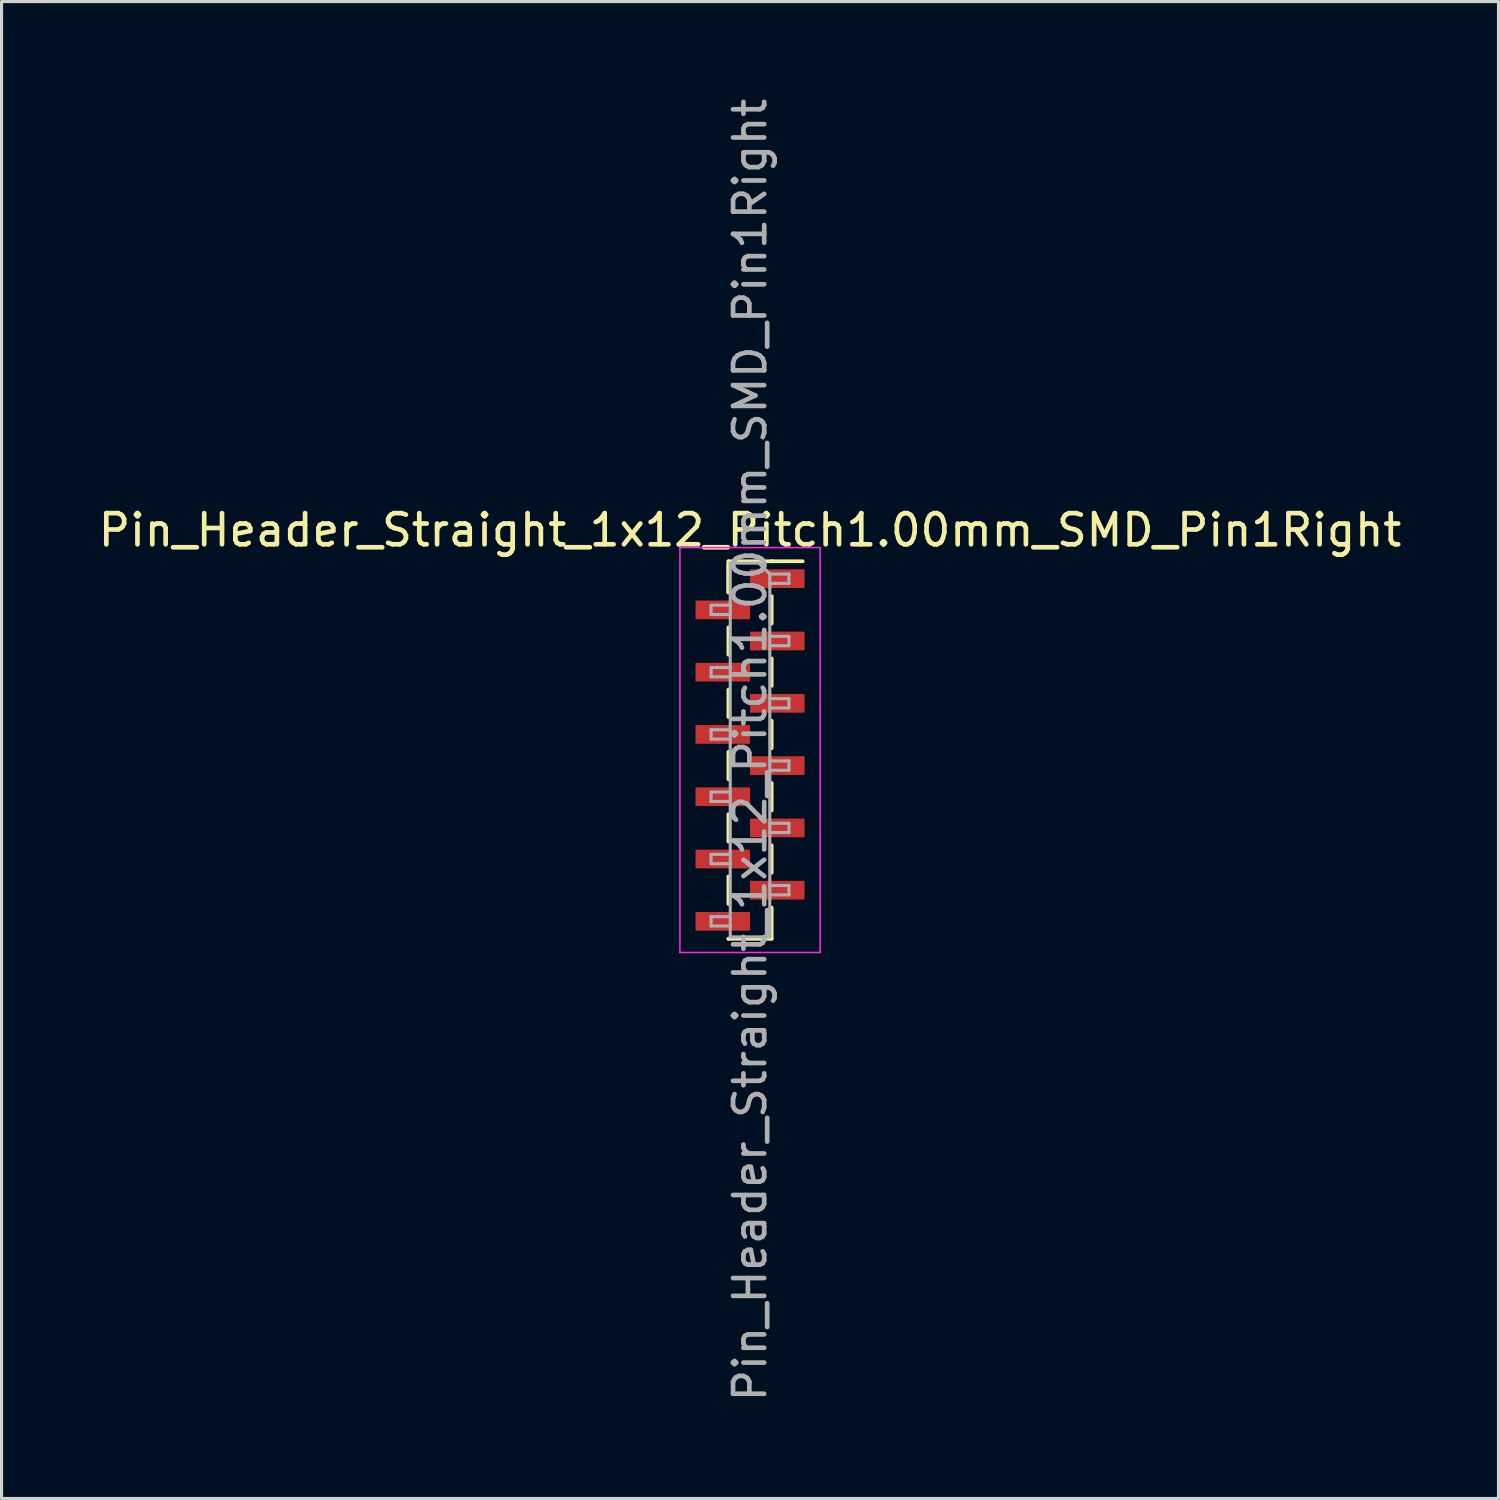
<source format=kicad_pcb>
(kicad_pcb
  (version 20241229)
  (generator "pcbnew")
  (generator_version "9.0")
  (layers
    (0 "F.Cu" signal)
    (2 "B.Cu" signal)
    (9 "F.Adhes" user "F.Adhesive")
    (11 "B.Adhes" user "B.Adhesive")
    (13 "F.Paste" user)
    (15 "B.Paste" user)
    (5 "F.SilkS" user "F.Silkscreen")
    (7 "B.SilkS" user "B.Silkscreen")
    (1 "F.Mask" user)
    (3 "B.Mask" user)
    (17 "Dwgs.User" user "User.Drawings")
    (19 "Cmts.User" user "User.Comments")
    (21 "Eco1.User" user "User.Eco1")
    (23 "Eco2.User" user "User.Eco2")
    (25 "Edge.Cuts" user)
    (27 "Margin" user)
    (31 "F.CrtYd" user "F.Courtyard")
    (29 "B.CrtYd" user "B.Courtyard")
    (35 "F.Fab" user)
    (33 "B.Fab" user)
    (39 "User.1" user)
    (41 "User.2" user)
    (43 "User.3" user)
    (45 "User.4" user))
  (footprint "Pin_Header_Straight_1x12_Pitch1.00mm_SMD_Pin1Right"
    (layer "F.Cu")
    (at 21.03 21.03)
    (property "Reference" "Pin_Header_Straight_1x12_Pitch1.00mm_SMD_Pin1Right" (at 0 -7.06 0) (layer "F.SilkS") (effects (font (size 1 1) (thickness 0.15))))
    (attr smd)
    (fp_line (start -0.695 -6.06) (end -0.695 -5.06) (stroke (width 0.12) (type solid)) (layer "F.SilkS"))
    (fp_line (start -0.695 -6.06) (end 0.695 -6.06) (stroke (width 0.12) (type solid)) (layer "F.SilkS"))
    (fp_line (start -0.695 -5.94) (end -0.695 -5.06) (stroke (width 0.12) (type solid)) (layer "F.SilkS"))
    (fp_line (start -0.695 -3.94) (end -0.695 -3.06) (stroke (width 0.12) (type solid)) (layer "F.SilkS"))
    (fp_line (start -0.695 -1.94) (end -0.695 -1.06) (stroke (width 0.12) (type solid)) (layer "F.SilkS"))
    (fp_line (start -0.695 0.06) (end -0.695 0.94) (stroke (width 0.12) (type solid)) (layer "F.SilkS"))
    (fp_line (start -0.695 2.06) (end -0.695 2.94) (stroke (width 0.12) (type solid)) (layer "F.SilkS"))
    (fp_line (start -0.695 4.06) (end -0.695 4.94) (stroke (width 0.12) (type solid)) (layer "F.SilkS"))
    (fp_line (start -0.695 6.06) (end -0.695 6.06) (stroke (width 0.12) (type solid)) (layer "F.SilkS"))
    (fp_line (start -0.695 6.06) (end 0.695 6.06) (stroke (width 0.12) (type solid)) (layer "F.SilkS"))
    (fp_line (start 0.695 -6.06) (end 0.695 -6.06) (stroke (width 0.12) (type solid)) (layer "F.SilkS"))
    (fp_line (start 0.695 -6.06) (end 1.69 -6.06) (stroke (width 0.12) (type solid)) (layer "F.SilkS"))
    (fp_line (start 0.695 -4.94) (end 0.695 -4.06) (stroke (width 0.12) (type solid)) (layer "F.SilkS"))
    (fp_line (start 0.695 -2.94) (end 0.695 -2.06) (stroke (width 0.12) (type solid)) (layer "F.SilkS"))
    (fp_line (start 0.695 -0.94) (end 0.695 -0.06) (stroke (width 0.12) (type solid)) (layer "F.SilkS"))
    (fp_line (start 0.695 1.06) (end 0.695 1.94) (stroke (width 0.12) (type solid)) (layer "F.SilkS"))
    (fp_line (start 0.695 3.06) (end 0.695 3.94) (stroke (width 0.12) (type solid)) (layer "F.SilkS"))
    (fp_line (start 0.695 5.06) (end 0.695 6.06) (stroke (width 0.12) (type solid)) (layer "F.SilkS"))
    (fp_line (start -2.25 -6.5) (end -2.25 6.5) (stroke (width 0.05) (type solid)) (layer "F.CrtYd"))
    (fp_line (start -2.25 6.5) (end 2.25 6.5) (stroke (width 0.05) (type solid)) (layer "F.CrtYd"))
    (fp_line (start 2.25 -6.5) (end -2.25 -6.5) (stroke (width 0.05) (type solid)) (layer "F.CrtYd"))
    (fp_line (start 2.25 6.5) (end 2.25 -6.5) (stroke (width 0.05) (type solid)) (layer "F.CrtYd"))
    (fp_line (start -1.25 -4.65) (end -1.25 -4.35) (stroke (width 0.1) (type solid)) (layer "F.Fab"))
    (fp_line (start -1.25 -4.35) (end -0.635 -4.35) (stroke (width 0.1) (type solid)) (layer "F.Fab"))
    (fp_line (start -1.25 -2.65) (end -1.25 -2.35) (stroke (width 0.1) (type solid)) (layer "F.Fab"))
    (fp_line (start -1.25 -2.35) (end -0.635 -2.35) (stroke (width 0.1) (type solid)) (layer "F.Fab"))
    (fp_line (start -1.25 -0.65) (end -1.25 -0.35) (stroke (width 0.1) (type solid)) (layer "F.Fab"))
    (fp_line (start -1.25 -0.35) (end -0.635 -0.35) (stroke (width 0.1) (type solid)) (layer "F.Fab"))
    (fp_line (start -1.25 1.35) (end -1.25 1.65) (stroke (width 0.1) (type solid)) (layer "F.Fab"))
    (fp_line (start -1.25 1.65) (end -0.635 1.65) (stroke (width 0.1) (type solid)) (layer "F.Fab"))
    (fp_line (start -1.25 3.35) (end -1.25 3.65) (stroke (width 0.1) (type solid)) (layer "F.Fab"))
    (fp_line (start -1.25 3.65) (end -0.635 3.65) (stroke (width 0.1) (type solid)) (layer "F.Fab"))
    (fp_line (start -1.25 5.35) (end -1.25 5.65) (stroke (width 0.1) (type solid)) (layer "F.Fab"))
    (fp_line (start -1.25 5.65) (end -0.635 5.65) (stroke (width 0.1) (type solid)) (layer "F.Fab"))
    (fp_line (start -0.635 -6) (end -0.635 6) (stroke (width 0.1) (type solid)) (layer "F.Fab"))
    (fp_line (start -0.635 -6) (end 0.285 -6) (stroke (width 0.1) (type solid)) (layer "F.Fab"))
    (fp_line (start -0.635 -4.65) (end -1.25 -4.65) (stroke (width 0.1) (type solid)) (layer "F.Fab"))
    (fp_line (start -0.635 -2.65) (end -1.25 -2.65) (stroke (width 0.1) (type solid)) (layer "F.Fab"))
    (fp_line (start -0.635 -0.65) (end -1.25 -0.65) (stroke (width 0.1) (type solid)) (layer "F.Fab"))
    (fp_line (start -0.635 1.35) (end -1.25 1.35) (stroke (width 0.1) (type solid)) (layer "F.Fab"))
    (fp_line (start -0.635 3.35) (end -1.25 3.35) (stroke (width 0.1) (type solid)) (layer "F.Fab"))
    (fp_line (start -0.635 5.35) (end -1.25 5.35) (stroke (width 0.1) (type solid)) (layer "F.Fab"))
    (fp_line (start 0.635 -5.65) (end 0.285 -6) (stroke (width 0.1) (type solid)) (layer "F.Fab"))
    (fp_line (start 0.635 -5.65) (end 1.25 -5.65) (stroke (width 0.1) (type solid)) (layer "F.Fab"))
    (fp_line (start 0.635 -3.65) (end 1.25 -3.65) (stroke (width 0.1) (type solid)) (layer "F.Fab"))
    (fp_line (start 0.635 -1.65) (end 1.25 -1.65) (stroke (width 0.1) (type solid)) (layer "F.Fab"))
    (fp_line (start 0.635 0.35) (end 1.25 0.35) (stroke (width 0.1) (type solid)) (layer "F.Fab"))
    (fp_line (start 0.635 2.35) (end 1.25 2.35) (stroke (width 0.1) (type solid)) (layer "F.Fab"))
    (fp_line (start 0.635 4.35) (end 1.25 4.35) (stroke (width 0.1) (type solid)) (layer "F.Fab"))
    (fp_line (start 0.635 6) (end -0.635 6) (stroke (width 0.1) (type solid)) (layer "F.Fab"))
    (fp_line (start 0.635 6) (end 0.635 -5.65) (stroke (width 0.1) (type solid)) (layer "F.Fab"))
    (fp_line (start 1.25 -5.65) (end 1.25 -5.35) (stroke (width 0.1) (type solid)) (layer "F.Fab"))
    (fp_line (start 1.25 -5.35) (end 0.635 -5.35) (stroke (width 0.1) (type solid)) (layer "F.Fab"))
    (fp_line (start 1.25 -3.65) (end 1.25 -3.35) (stroke (width 0.1) (type solid)) (layer "F.Fab"))
    (fp_line (start 1.25 -3.35) (end 0.635 -3.35) (stroke (width 0.1) (type solid)) (layer "F.Fab"))
    (fp_line (start 1.25 -1.65) (end 1.25 -1.35) (stroke (width 0.1) (type solid)) (layer "F.Fab"))
    (fp_line (start 1.25 -1.35) (end 0.635 -1.35) (stroke (width 0.1) (type solid)) (layer "F.Fab"))
    (fp_line (start 1.25 0.35) (end 1.25 0.65) (stroke (width 0.1) (type solid)) (layer "F.Fab"))
    (fp_line (start 1.25 0.65) (end 0.635 0.65) (stroke (width 0.1) (type solid)) (layer "F.Fab"))
    (fp_line (start 1.25 2.35) (end 1.25 2.65) (stroke (width 0.1) (type solid)) (layer "F.Fab"))
    (fp_line (start 1.25 2.65) (end 0.635 2.65) (stroke (width 0.1) (type solid)) (layer "F.Fab"))
    (fp_line (start 1.25 4.35) (end 1.25 4.65) (stroke (width 0.1) (type solid)) (layer "F.Fab"))
    (fp_line (start 1.25 4.65) (end 0.635 4.65) (stroke (width 0.1) (type solid)) (layer "F.Fab"))
    (fp_text user "${REFERENCE}" (at 0 0 90) (layer "F.Fab") (effects (font (size 1 1) (thickness 0.15))))
    (pad "1" smd rect (at 0.875 -5.5) (size 1.75 0.6) (layers "F.Cu" "F.Mask" "F.Paste"))
    (pad "2" smd rect (at -0.875 -4.5) (size 1.75 0.6) (layers "F.Cu" "F.Mask" "F.Paste"))
    (pad "3" smd rect (at 0.875 -3.5) (size 1.75 0.6) (layers "F.Cu" "F.Mask" "F.Paste"))
    (pad "4" smd rect (at -0.875 -2.5) (size 1.75 0.6) (layers "F.Cu" "F.Mask" "F.Paste"))
    (pad "5" smd rect (at 0.875 -1.5) (size 1.75 0.6) (layers "F.Cu" "F.Mask" "F.Paste"))
    (pad "6" smd rect (at -0.875 -0.5) (size 1.75 0.6) (layers "F.Cu" "F.Mask" "F.Paste"))
    (pad "7" smd rect (at 0.875 0.5) (size 1.75 0.6) (layers "F.Cu" "F.Mask" "F.Paste"))
    (pad "8" smd rect (at -0.875 1.5) (size 1.75 0.6) (layers "F.Cu" "F.Mask" "F.Paste"))
    (pad "9" smd rect (at 0.875 2.5) (size 1.75 0.6) (layers "F.Cu" "F.Mask" "F.Paste"))
    (pad "10" smd rect (at -0.875 3.5) (size 1.75 0.6) (layers "F.Cu" "F.Mask" "F.Paste"))
    (pad "11" smd rect (at 0.875 4.5) (size 1.75 0.6) (layers "F.Cu" "F.Mask" "F.Paste"))
    (pad "12" smd rect (at -0.875 5.5) (size 1.75 0.6) (layers "F.Cu" "F.Mask" "F.Paste")))
  (gr_rect
    (start -3 -3)
    (end 45.06 45.06)
    (stroke (width 0.1) (type default))
    (fill no)
    (layer "Edge.Cuts")))
</source>
